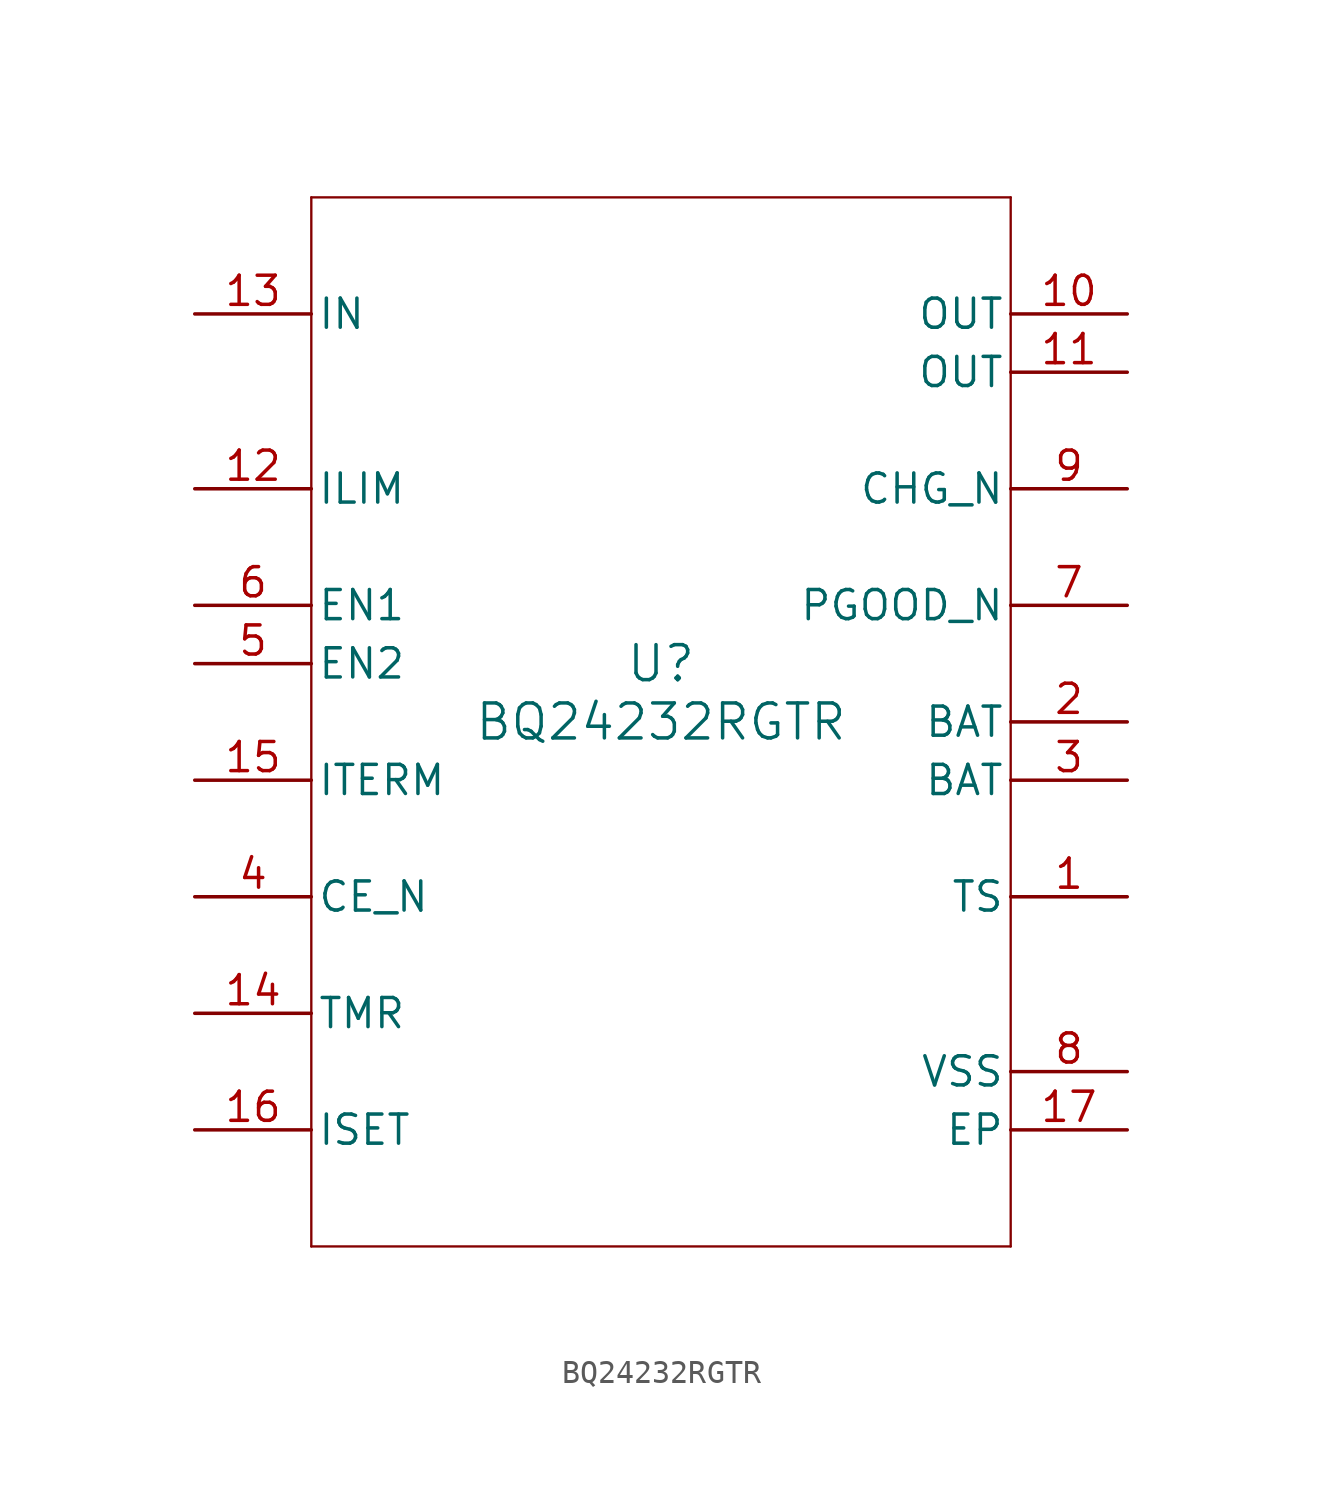
<source format=kicad_sym>
(kicad_symbol_lib
  (version 20211014)
  (generator kicad_symbol_editor)
  (symbol "BQ24232RGTR"
    (pin_names
      (offset 0.254))
    (property "Reference" "U"
      (at 0 2.54 0)
      (effects (font (size 1.524 1.524))))
    (property "Value" "BQ24232RGTR"
      (at 0 0 0)
      (effects (font (size 1.524 1.524))))
    (symbol "BQ24232RGTR_0_1"
      (polyline (pts (xy -15.24 -22.86) (xy 15.24 -22.86)) (stroke (width 0.102) (type default) (color 0 0 0 0)) (fill (type none)))
      (polyline (pts (xy 15.24 -22.86) (xy 15.24 22.86)) (stroke (width 0.102) (type default) (color 0 0 0 0)) (fill (type none)))
      (polyline (pts (xy 15.24 22.86) (xy -15.24 22.86)) (stroke (width 0.102) (type default) (color 0 0 0 0)) (fill (type none)))
      (polyline (pts (xy -15.24 22.86) (xy -15.24 -22.86)) (stroke (width 0.102) (type default) (color 0 0 0 0)) (fill (type none)))
      (pin input line (at 20.32 -7.62 180) (length 5.08) (name "TS" (effects (font (size 1.27 1.27)))) (number "1" (effects (font (size 1.27 1.27)))))
      (pin bidirectional line (at 20.32 0 180) (length 5.08) (name "BAT" (effects (font (size 1.27 1.27)))) (number "2" (effects (font (size 1.27 1.27)))))
      (pin bidirectional line (at 20.32 -2.54 180) (length 5.08) (name "BAT" (effects (font (size 1.27 1.27)))) (number "3" (effects (font (size 1.27 1.27)))))
      (pin input line (at -20.32 -7.62 0) (length 5.08) (name "CE_N" (effects (font (size 1.27 1.27)))) (number "4" (effects (font (size 1.27 1.27)))))
      (pin input line (at -20.32 2.54 0) (length 5.08) (name "EN2" (effects (font (size 1.27 1.27)))) (number "5" (effects (font (size 1.27 1.27)))))
      (pin input line (at -20.32 5.08 0) (length 5.08) (name "EN1" (effects (font (size 1.27 1.27)))) (number "6" (effects (font (size 1.27 1.27)))))
      (pin open_collector line (at 20.32 5.08 180) (length 5.08) (name "PGOOD_N" (effects (font (size 1.27 1.27)))) (number "7" (effects (font (size 1.27 1.27)))))
      (pin power_in line (at 20.32 -15.24 180) (length 5.08) (name "VSS" (effects (font (size 1.27 1.27)))) (number "8" (effects (font (size 1.27 1.27)))))
      (pin open_collector line (at 20.32 10.16 180) (length 5.08) (name "CHG_N" (effects (font (size 1.27 1.27)))) (number "9" (effects (font (size 1.27 1.27)))))
      (pin power_in line (at 20.32 17.78 180) (length 5.08) (name "OUT" (effects (font (size 1.27 1.27)))) (number "10" (effects (font (size 1.27 1.27)))))
      (pin power_in line (at 20.32 15.24 180) (length 5.08) (name "OUT" (effects (font (size 1.27 1.27)))) (number "11" (effects (font (size 1.27 1.27)))))
      (pin input line (at -20.32 10.16 0) (length 5.08) (name "ILIM" (effects (font (size 1.27 1.27)))) (number "12" (effects (font (size 1.27 1.27)))))
      (pin power_in line (at -20.32 17.78 0) (length 5.08) (name "IN" (effects (font (size 1.27 1.27)))) (number "13" (effects (font (size 1.27 1.27)))))
      (pin input line (at -20.32 -12.7 0) (length 5.08) (name "TMR" (effects (font (size 1.27 1.27)))) (number "14" (effects (font (size 1.27 1.27)))))
      (pin input line (at -20.32 -2.54 0) (length 5.08) (name "ITERM" (effects (font (size 1.27 1.27)))) (number "15" (effects (font (size 1.27 1.27)))))
      (pin input line (at -20.32 -17.78 0) (length 5.08) (name "ISET" (effects (font (size 1.27 1.27)))) (number "16" (effects (font (size 1.27 1.27)))))
      (pin power_in line (at 20.32 -17.78 180) (length 5.08) (name "EP" (effects (font (size 1.27 1.27)))) (number "17" (effects (font (size 1.27 1.27))))))))
</source>
